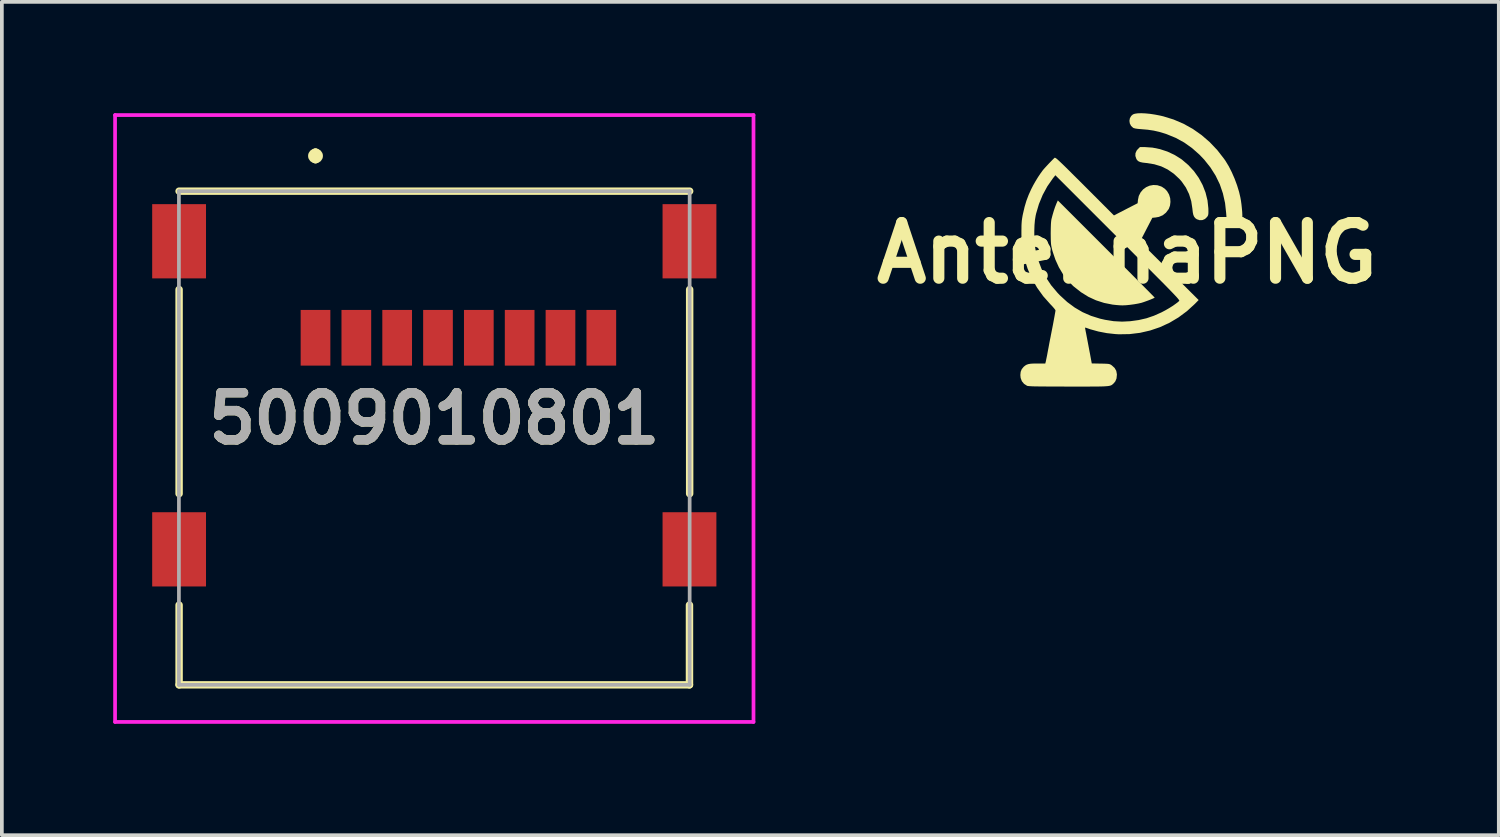
<source format=kicad_pcb>
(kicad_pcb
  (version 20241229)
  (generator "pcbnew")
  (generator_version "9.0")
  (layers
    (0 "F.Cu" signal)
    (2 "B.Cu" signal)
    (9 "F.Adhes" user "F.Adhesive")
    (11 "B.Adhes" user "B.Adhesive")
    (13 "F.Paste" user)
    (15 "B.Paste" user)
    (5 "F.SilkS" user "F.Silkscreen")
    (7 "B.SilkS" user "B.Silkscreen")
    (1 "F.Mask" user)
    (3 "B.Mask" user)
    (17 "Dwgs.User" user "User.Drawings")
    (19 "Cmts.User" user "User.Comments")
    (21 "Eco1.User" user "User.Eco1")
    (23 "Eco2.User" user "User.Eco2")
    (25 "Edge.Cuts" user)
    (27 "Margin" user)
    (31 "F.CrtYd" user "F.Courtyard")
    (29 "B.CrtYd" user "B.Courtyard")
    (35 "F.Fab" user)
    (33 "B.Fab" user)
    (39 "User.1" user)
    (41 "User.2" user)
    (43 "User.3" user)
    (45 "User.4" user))
  (footprint "5009010801"
    (layer "F.Cu")
    (at 8.65 8.75)
    (property "Reference" "5009010801" (at 0 -0.525 0) (layer "F.SilkS") (effects (font (size 1.27 1.27) (thickness 0.254))))
    (attr smd)
    (fp_line (start -6.875 -6.65) (end 6.88 -6.65) (stroke (width 0.2) (type solid)) (layer "F.SilkS"))
    (fp_line (start -6.875 -4) (end -6.875 1.5) (stroke (width 0.2) (type solid)) (layer "F.SilkS"))
    (fp_line (start -6.875 4.5) (end -6.875 6.65) (stroke (width 0.2) (type solid)) (layer "F.SilkS"))
    (fp_line (start -6.875 6.65) (end 6.875 6.65) (stroke (width 0.2) (type solid)) (layer "F.SilkS"))
    (fp_line (start -3.2 -7.7) (end -3.2 -7.7) (stroke (width 0.2) (type solid)) (layer "F.SilkS"))
    (fp_line (start -3.2 -7.5) (end -3.2 -7.5) (stroke (width 0.2) (type solid)) (layer "F.SilkS"))
    (fp_line (start 6.875 6.65) (end 6.875 4.5) (stroke (width 0.2) (type solid)) (layer "F.SilkS"))
    (fp_line (start 6.88 -4) (end 6.88 1.5) (stroke (width 0.2) (type solid)) (layer "F.SilkS"))
    (fp_arc (start -3.2 -7.7) (mid -3.1 -7.6) (end -3.2 -7.5) (stroke (width 0.2) (type solid)) (layer "F.SilkS"))
    (fp_arc (start -3.2 -7.5) (mid -3.3 -7.6) (end -3.2 -7.7) (stroke (width 0.2) (type solid)) (layer "F.SilkS"))
    (fp_line (start -8.6 -8.7) (end 8.6 -8.7) (stroke (width 0.1) (type solid)) (layer "F.CrtYd"))
    (fp_line (start -8.6 7.65) (end -8.6 -8.7) (stroke (width 0.1) (type solid)) (layer "F.CrtYd"))
    (fp_line (start 8.6 -8.7) (end 8.6 7.65) (stroke (width 0.1) (type solid)) (layer "F.CrtYd"))
    (fp_line (start 8.6 7.65) (end -8.6 7.65) (stroke (width 0.1) (type solid)) (layer "F.CrtYd"))
    (fp_line (start -6.88 -6.65) (end 6.88 -6.65) (stroke (width 0.1) (type solid)) (layer "F.Fab"))
    (fp_line (start -6.88 6.65) (end -6.88 -6.65) (stroke (width 0.1) (type solid)) (layer "F.Fab"))
    (fp_line (start 6.88 -6.65) (end 6.88 6.65) (stroke (width 0.1) (type solid)) (layer "F.Fab"))
    (fp_line (start 6.88 6.65) (end -6.88 6.65) (stroke (width 0.1) (type solid)) (layer "F.Fab"))
    (fp_text user "${REFERENCE}" (at 0 -0.525 0) (layer "F.Fab") (effects (font (size 1.27 1.27) (thickness 0.254))))
    (pad "1" smd rect (at -3.2 -2.7) (size 0.8 1.5) (layers "F.Cu" "F.Mask" "F.Paste"))
    (pad "2" smd rect (at -2.1 -2.7) (size 0.8 1.5) (layers "F.Cu" "F.Mask" "F.Paste"))
    (pad "3" smd rect (at -1 -2.7) (size 0.8 1.5) (layers "F.Cu" "F.Mask" "F.Paste"))
    (pad "4" smd rect (at 0.1 -2.7) (size 0.8 1.5) (layers "F.Cu" "F.Mask" "F.Paste"))
    (pad "5" smd rect (at 1.2 -2.7) (size 0.8 1.5) (layers "F.Cu" "F.Mask" "F.Paste"))
    (pad "6" smd rect (at 2.3 -2.7) (size 0.8 1.5) (layers "F.Cu" "F.Mask" "F.Paste"))
    (pad "7" smd rect (at 3.4 -2.7) (size 0.8 1.5) (layers "F.Cu" "F.Mask" "F.Paste"))
    (pad "8" smd rect (at 4.5 -2.7) (size 0.8 1.5) (layers "F.Cu" "F.Mask" "F.Paste"))
    (pad "MP1" smd rect (at -6.875 3) (size 1.45 2) (layers "F.Cu" "F.Mask" "F.Paste"))
    (pad "MP2" smd rect (at 6.875 3) (size 1.45 2) (layers "F.Cu" "F.Mask" "F.Paste"))
    (pad "MP3" smd rect (at -6.875 -5.3) (size 1.45 2) (layers "F.Cu" "F.Mask" "F.Paste"))
    (pad "MP4" smd rect (at 6.875 -5.3) (size 1.45 2) (layers "F.Cu" "F.Mask" "F.Paste")))
  (footprint "AntennaPNG"
    (layer "F.Cu")
    (at 27.314 3.767)
    (property "Reference" "AntennaPNG" (at 0 0 0) (layer "F.SilkS") (effects (font (size 1.5 1.5) (thickness 0.3))))
    (attr board_only exclude_from_pos_files exclude_from_bom)
    (fp_poly (pts (xy 0.488 -2.854) (xy 0.686 -2.84) (xy 0.887 -2.799) (xy 1.086 -2.734) (xy 1.276 -2.645) (xy 1.452 -2.536) (xy 1.482 -2.514) (xy 1.653 -2.368) (xy 1.804 -2.204) (xy 1.932 -2.024) (xy 2.036 -1.831) (xy 2.115 -1.628) (xy 2.167 -1.419) (xy 2.19 -1.206) (xy 2.191 -1.177) (xy 2.192 -1.105) (xy 2.19 -1.057) (xy 2.184 -1.023) (xy 2.173 -0.997) (xy 2.157 -0.974) (xy 2.101 -0.918) (xy 2.032 -0.888) (xy 1.957 -0.885) (xy 1.882 -0.909) (xy 1.84 -0.938) (xy 1.809 -0.975) (xy 1.786 -1.026) (xy 1.771 -1.096) (xy 1.76 -1.191) (xy 1.76 -1.196) (xy 1.729 -1.398) (xy 1.67 -1.588) (xy 1.585 -1.763) (xy 1.474 -1.923) (xy 1.407 -1.999) (xy 1.256 -2.139) (xy 1.095 -2.25) (xy 0.92 -2.335) (xy 0.732 -2.392) (xy 0.527 -2.425) (xy 0.512 -2.426) (xy 0.419 -2.437) (xy 0.352 -2.452) (xy 0.304 -2.474) (xy 0.27 -2.505) (xy 0.251 -2.535) (xy 0.224 -2.615) (xy 0.227 -2.691) (xy 0.259 -2.762) (xy 0.287 -2.795) (xy 0.346 -2.854)) (stroke (width 0) (type solid)) (fill yes) (layer "F.SilkS"))
    (fp_poly (pts (xy -0.561 -0.113) (xy -0.395 0.053) (xy -0.236 0.212) (xy -0.084 0.365) (xy 0.06 0.509) (xy 0.193 0.643) (xy 0.315 0.765) (xy 0.425 0.876) (xy 0.52 0.972) (xy 0.6 1.053) (xy 0.664 1.118) (xy 0.71 1.165) (xy 0.737 1.193) (xy 0.744 1.201) (xy 0.731 1.21) (xy 0.695 1.227) (xy 0.643 1.249) (xy 0.58 1.274) (xy 0.514 1.298) (xy 0.45 1.321) (xy 0.394 1.339) (xy 0.38 1.343) (xy 0.296 1.362) (xy 0.193 1.38) (xy 0.082 1.395) (xy -0.025 1.406) (xy -0.117 1.41) (xy -0.137 1.41) (xy -0.208 1.407) (xy -0.293 1.4) (xy -0.375 1.391) (xy -0.387 1.39) (xy -0.619 1.344) (xy -0.836 1.274) (xy -1.042 1.179) (xy -1.24 1.056) (xy -1.433 0.904) (xy -1.451 0.889) (xy -1.595 0.743) (xy -1.724 0.574) (xy -1.837 0.384) (xy -1.931 0.178) (xy -2.005 -0.04) (xy -2.017 -0.083) (xy -2.03 -0.139) (xy -2.041 -0.19) (xy -2.048 -0.24) (xy -2.052 -0.297) (xy -2.055 -0.367) (xy -2.056 -0.456) (xy -2.057 -0.531) (xy -2.055 -0.674) (xy -2.051 -0.786) (xy -2.044 -0.868) (xy -2.037 -0.911) (xy -2.007 -1.025) (xy -1.974 -1.137) (xy -1.94 -1.239) (xy -1.908 -1.32) (xy -1.905 -1.329) (xy -1.865 -1.417)) (stroke (width 0) (type solid)) (fill yes) (layer "F.SilkS"))
    (fp_poly (pts (xy 0.495 -3.762) (xy 0.619 -3.75) (xy 0.751 -3.73) (xy 0.886 -3.704) (xy 0.976 -3.683) (xy 1.254 -3.597) (xy 1.519 -3.484) (xy 1.771 -3.344) (xy 2.007 -3.178) (xy 2.227 -2.988) (xy 2.431 -2.773) (xy 2.616 -2.535) (xy 2.655 -2.478) (xy 2.739 -2.339) (xy 2.821 -2.178) (xy 2.897 -2.004) (xy 2.964 -1.824) (xy 3.018 -1.647) (xy 3.051 -1.506) (xy 3.068 -1.413) (xy 3.082 -1.312) (xy 3.093 -1.208) (xy 3.102 -1.108) (xy 3.106 -1.019) (xy 3.106 -0.945) (xy 3.102 -0.893) (xy 3.099 -0.881) (xy 3.064 -0.812) (xy 3.009 -0.761) (xy 2.94 -0.731) (xy 2.864 -0.728) (xy 2.839 -0.733) (xy 2.773 -0.764) (xy 2.717 -0.814) (xy 2.699 -0.842) (xy 2.692 -0.868) (xy 2.684 -0.918) (xy 2.677 -0.984) (xy 2.671 -1.061) (xy 2.67 -1.076) (xy 2.64 -1.348) (xy 2.582 -1.607) (xy 2.498 -1.853) (xy 2.385 -2.086) (xy 2.245 -2.307) (xy 2.077 -2.518) (xy 1.952 -2.649) (xy 1.752 -2.826) (xy 1.54 -2.977) (xy 1.312 -3.102) (xy 1.065 -3.203) (xy 1.021 -3.218) (xy 0.868 -3.264) (xy 0.718 -3.298) (xy 0.558 -3.322) (xy 0.383 -3.337) (xy 0.289 -3.345) (xy 0.222 -3.355) (xy 0.178 -3.367) (xy 0.161 -3.376) (xy 0.107 -3.427) (xy 0.074 -3.492) (xy 0.064 -3.562) (xy 0.076 -3.631) (xy 0.111 -3.693) (xy 0.159 -3.735) (xy 0.21 -3.753) (xy 0.286 -3.764) (xy 0.383 -3.767)) (stroke (width 0) (type solid)) (fill yes) (layer "F.SilkS"))
    (fp_poly (pts (xy -1.937 -2.566) (xy -1.924 -2.559) (xy -1.904 -2.546) (xy -1.877 -2.524) (xy -1.842 -2.492) (xy -1.796 -2.449) (xy -1.738 -2.394) (xy -1.667 -2.325) (xy -1.581 -2.24) (xy -1.48 -2.139) (xy -1.36 -2.02) (xy -1.221 -1.882) (xy -1.139 -1.8) (xy -0.353 -1.013) (xy -0.034 -1.178) (xy 0.285 -1.342) (xy 0.293 -1.429) (xy 0.316 -1.538) (xy 0.364 -1.633) (xy 0.431 -1.713) (xy 0.514 -1.774) (xy 0.608 -1.815) (xy 0.71 -1.833) (xy 0.815 -1.827) (xy 0.919 -1.794) (xy 0.944 -1.781) (xy 1.018 -1.731) (xy 1.077 -1.669) (xy 1.126 -1.586) (xy 1.135 -1.566) (xy 1.162 -1.476) (xy 1.169 -1.377) (xy 1.157 -1.278) (xy 1.125 -1.191) (xy 1.119 -1.181) (xy 1.048 -1.087) (xy 0.962 -1.018) (xy 0.858 -0.974) (xy 0.769 -0.958) (xy 0.681 -0.949) (xy 0.514 -0.627) (xy 0.348 -0.306) (xy 1.139 0.48) (xy 1.929 1.266) (xy 1.826 1.371) (xy 1.614 1.565) (xy 1.385 1.735) (xy 1.143 1.879) (xy 0.887 1.997) (xy 0.622 2.087) (xy 0.348 2.15) (xy 0.067 2.184) (xy -0.219 2.189) (xy -0.319 2.183) (xy -0.545 2.158) (xy -0.773 2.114) (xy -0.99 2.054) (xy -1.112 2.011) (xy -1.13 2.01) (xy -1.13 2.029) (xy -1.125 2.054) (xy -1.116 2.103) (xy -1.102 2.172) (xy -1.086 2.257) (xy -1.068 2.351) (xy -1.049 2.451) (xy -1.03 2.552) (xy -1.012 2.647) (xy -0.995 2.734) (xy -0.982 2.806) (xy -0.978 2.827) (xy -0.951 2.974) (xy -0.712 2.979) (xy -0.622 2.98) (xy -0.557 2.983) (xy -0.51 2.986) (xy -0.477 2.992) (xy -0.452 3.001) (xy -0.429 3.014) (xy -0.407 3.03) (xy -0.336 3.095) (xy -0.291 3.173) (xy -0.274 3.265) (xy -0.274 3.281) (xy -0.284 3.379) (xy -0.316 3.457) (xy -0.359 3.509) (xy -0.377 3.526) (xy -0.393 3.54) (xy -0.409 3.553) (xy -0.428 3.563) (xy -0.452 3.572) (xy -0.482 3.579) (xy -0.522 3.585) (xy -0.573 3.589) (xy -0.638 3.593) (xy -0.719 3.595) (xy -0.817 3.597) (xy -0.936 3.597) (xy -1.077 3.598) (xy -1.242 3.598) (xy -1.435 3.598) (xy -1.574 3.598) (xy -1.788 3.597) (xy -1.974 3.597) (xy -2.133 3.596) (xy -2.268 3.595) (xy -2.38 3.594) (xy -2.471 3.593) (xy -2.544 3.591) (xy -2.601 3.588) (xy -2.642 3.585) (xy -2.671 3.582) (xy -2.689 3.578) (xy -2.695 3.576) (xy -2.776 3.524) (xy -2.834 3.453) (xy -2.867 3.365) (xy -2.875 3.287) (xy -2.866 3.2) (xy -2.838 3.13) (xy -2.787 3.067) (xy -2.784 3.064) (xy -2.744 3.031) (xy -2.703 3.007) (xy -2.653 2.991) (xy -2.59 2.981) (xy -2.507 2.977) (xy -2.415 2.976) (xy -2.203 2.976) (xy -2.188 2.919) (xy -2.181 2.883) (xy -2.169 2.825) (xy -2.154 2.752) (xy -2.139 2.669) (xy -2.134 2.642) (xy -2.115 2.543) (xy -2.095 2.434) (xy -2.075 2.33) (xy -2.057 2.242) (xy -2.057 2.239) (xy -2.025 2.075) (xy -1.996 1.929) (xy -1.973 1.803) (xy -1.954 1.701) (xy -1.94 1.622) (xy -1.931 1.57) (xy -1.928 1.546) (xy -1.938 1.526) (xy -1.966 1.489) (xy -2.008 1.441) (xy -2.059 1.387) (xy -2.067 1.379) (xy -2.259 1.163) (xy -2.424 0.933) (xy -2.564 0.689) (xy -2.677 0.429) (xy -2.766 0.152) (xy -2.826 -0.121) (xy -2.834 -0.185) (xy -2.84 -0.274) (xy -2.844 -0.383) (xy -2.846 -0.509) (xy -2.846 -0.547) (xy -2.846 -0.598) (xy -2.499 -0.598) (xy -2.499 -0.444) (xy -2.491 -0.295) (xy -2.478 -0.161) (xy -2.463 -0.073) (xy -2.395 0.187) (xy -2.304 0.428) (xy -2.188 0.654) (xy -2.045 0.868) (xy -1.875 1.07) (xy -1.808 1.14) (xy -1.613 1.319) (xy -1.41 1.469) (xy -1.198 1.593) (xy -0.971 1.692) (xy -0.728 1.768) (xy -0.591 1.799) (xy -0.36 1.836) (xy -0.135 1.848) (xy 0.084 1.837) (xy 0.311 1.806) (xy 0.521 1.758) (xy 0.724 1.689) (xy 0.928 1.598) (xy 0.947 1.588) (xy 1.036 1.541) (xy 1.128 1.488) (xy 1.216 1.433) (xy 1.294 1.379) (xy 1.358 1.332) (xy 1.401 1.294) (xy 1.405 1.29) (xy 1.407 1.286) (xy 1.406 1.279) (xy 1.401 1.268) (xy 1.391 1.254) (xy 1.376 1.234) (xy 1.353 1.207) (xy 1.323 1.173) (xy 1.283 1.131) (xy 1.234 1.079) (xy 1.174 1.017) (xy 1.103 0.944) (xy 1.019 0.858) (xy 0.921 0.759) (xy 0.808 0.646) (xy 0.68 0.517) (xy 0.536 0.372) (xy 0.373 0.209) (xy 0.193 0.029) (xy -0.007 -0.172) (xy -0.228 -0.392) (xy -0.252 -0.416) (xy -1.932 -2.096) (xy -2.001 -2.008) (xy -2.149 -1.795) (xy -2.274 -1.564) (xy -2.375 -1.318) (xy -2.45 -1.063) (xy -2.463 -1.005) (xy -2.482 -0.887) (xy -2.494 -0.749) (xy -2.499 -0.598) (xy -2.846 -0.598) (xy -2.845 -0.658) (xy -2.844 -0.746) (xy -2.84 -0.817) (xy -2.835 -0.88) (xy -2.826 -0.94) (xy -2.815 -1.005) (xy -2.804 -1.057) (xy -2.761 -1.242) (xy -2.712 -1.408) (xy -2.652 -1.566) (xy -2.581 -1.723) (xy -2.529 -1.824) (xy -2.468 -1.932) (xy -2.402 -2.04) (xy -2.336 -2.139) (xy -2.276 -2.222) (xy -2.244 -2.261) (xy -2.207 -2.302) (xy -2.16 -2.353) (xy -2.108 -2.409) (xy -2.055 -2.464) (xy -2.008 -2.512) (xy -1.972 -2.548) (xy -1.953 -2.565) (xy -1.947 -2.568)) (stroke (width 0) (type solid)) (fill yes) (layer "F.SilkS")))
  (gr_rect
    (start -3 -3)
    (end 37.329 19.45)
    (stroke (width 0.1) (type default))
    (fill no)
    (layer "Edge.Cuts")))
</source>
